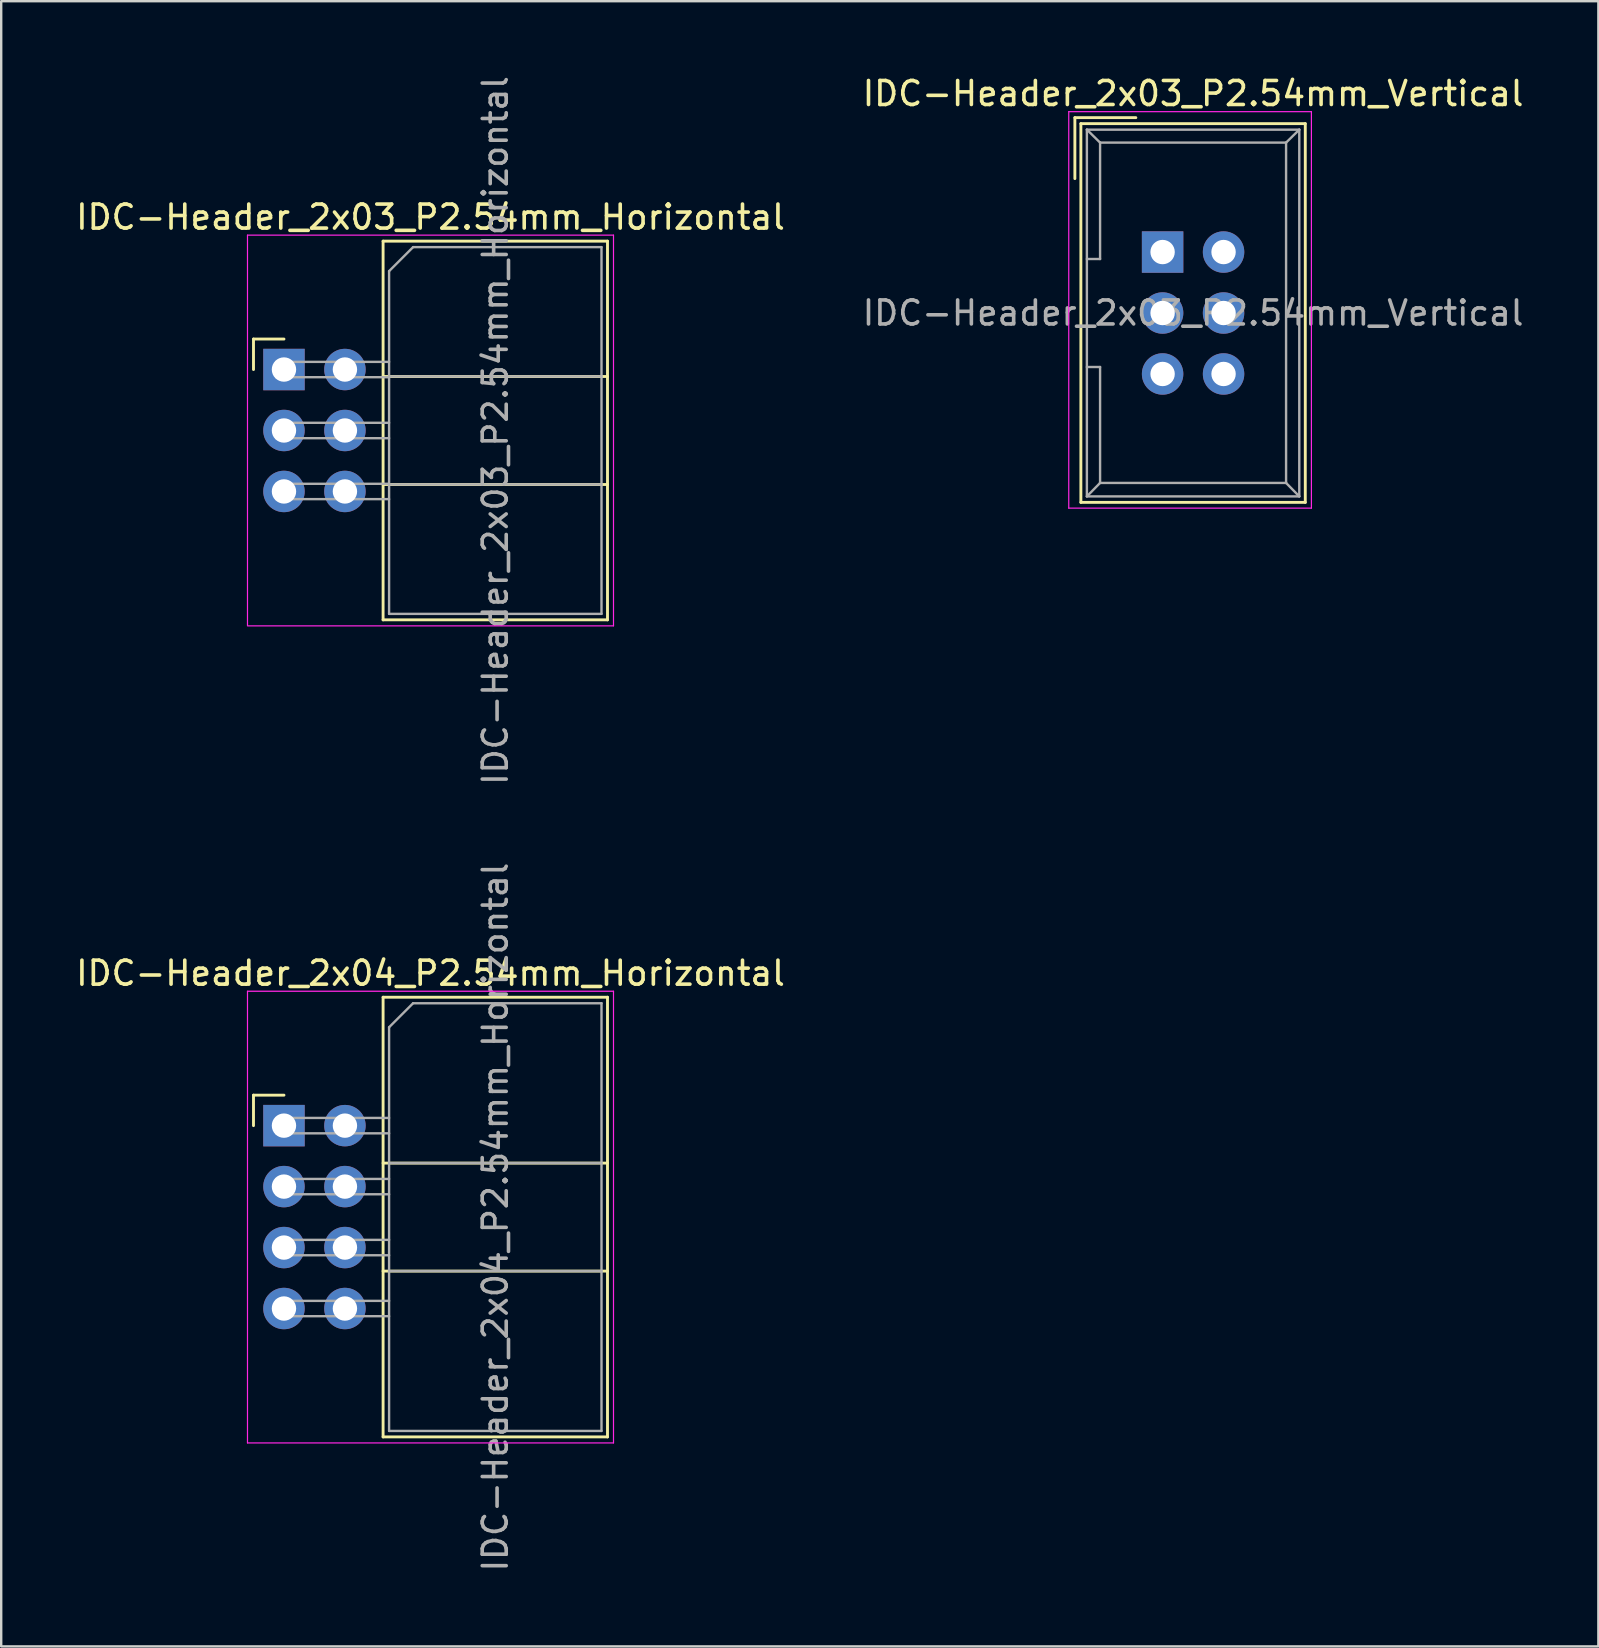
<source format=kicad_pcb>
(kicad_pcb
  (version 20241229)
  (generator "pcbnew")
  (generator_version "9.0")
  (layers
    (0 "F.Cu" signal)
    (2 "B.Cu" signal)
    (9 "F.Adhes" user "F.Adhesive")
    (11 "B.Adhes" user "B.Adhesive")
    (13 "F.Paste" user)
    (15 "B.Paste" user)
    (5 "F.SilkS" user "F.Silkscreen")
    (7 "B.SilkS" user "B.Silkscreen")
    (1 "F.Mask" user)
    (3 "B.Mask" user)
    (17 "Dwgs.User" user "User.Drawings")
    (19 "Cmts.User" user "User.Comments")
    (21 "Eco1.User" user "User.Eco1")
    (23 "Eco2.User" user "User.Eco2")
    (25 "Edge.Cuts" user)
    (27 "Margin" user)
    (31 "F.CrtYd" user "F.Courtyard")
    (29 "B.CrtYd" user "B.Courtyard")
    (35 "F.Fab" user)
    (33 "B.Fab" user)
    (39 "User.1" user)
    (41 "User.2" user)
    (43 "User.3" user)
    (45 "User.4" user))
  (footprint "IDC-Header_2x03_P2.54mm_Horizontal"
    (layer "F.Cu")
    (at 8.782 12.347)
    (property "Reference" "IDC-Header_2x03_P2.54mm_Horizontal" (at 6.105 -6.35 0) (layer "F.SilkS") (effects (font (size 1 1) (thickness 0.15))))
    (attr through_hole)
    (fp_line (start -1.27 -1.27) (end -1.27 0) (stroke (width 0.12) (type solid)) (layer "F.SilkS"))
    (fp_line (start 0 -1.27) (end -1.27 -1.27) (stroke (width 0.12) (type solid)) (layer "F.SilkS"))
    (fp_line (start 4.13 -5.35) (end 13.48 -5.35) (stroke (width 0.12) (type solid)) (layer "F.SilkS"))
    (fp_line (start 4.13 0.29) (end 13.48 0.29) (stroke (width 0.12) (type solid)) (layer "F.SilkS"))
    (fp_line (start 4.13 4.79) (end 13.48 4.79) (stroke (width 0.12) (type solid)) (layer "F.SilkS"))
    (fp_line (start 4.13 10.43) (end 4.13 -5.35) (stroke (width 0.12) (type solid)) (layer "F.SilkS"))
    (fp_line (start 4.13 10.43) (end 13.48 10.43) (stroke (width 0.12) (type solid)) (layer "F.SilkS"))
    (fp_line (start 13.48 -5.35) (end 13.48 10.43) (stroke (width 0.12) (type solid)) (layer "F.SilkS"))
    (fp_line (start -1.52 -5.6) (end 13.73 -5.6) (stroke (width 0.05) (type solid)) (layer "F.CrtYd"))
    (fp_line (start -1.52 10.66) (end -1.52 -5.6) (stroke (width 0.05) (type solid)) (layer "F.CrtYd"))
    (fp_line (start 13.73 -5.6) (end 13.73 10.68) (stroke (width 0.05) (type solid)) (layer "F.CrtYd"))
    (fp_line (start 13.73 10.68) (end -1.52 10.68) (stroke (width 0.05) (type solid)) (layer "F.CrtYd"))
    (fp_line (start -0.32 -0.32) (end -0.32 0.32) (stroke (width 0.1) (type solid)) (layer "F.Fab"))
    (fp_line (start -0.32 0.32) (end 4.38 0.32) (stroke (width 0.1) (type solid)) (layer "F.Fab"))
    (fp_line (start -0.32 2.22) (end -0.32 2.86) (stroke (width 0.1) (type solid)) (layer "F.Fab"))
    (fp_line (start -0.32 2.86) (end 4.38 2.86) (stroke (width 0.1) (type solid)) (layer "F.Fab"))
    (fp_line (start -0.32 4.76) (end -0.32 5.4) (stroke (width 0.1) (type solid)) (layer "F.Fab"))
    (fp_line (start -0.32 5.4) (end 4.38 5.4) (stroke (width 0.1) (type solid)) (layer "F.Fab"))
    (fp_line (start 4.38 -4.1) (end 5.38 -5.1) (stroke (width 0.1) (type solid)) (layer "F.Fab"))
    (fp_line (start 4.38 -0.32) (end -0.32 -0.32) (stroke (width 0.1) (type solid)) (layer "F.Fab"))
    (fp_line (start 4.38 0.29) (end 13.23 0.29) (stroke (width 0.1) (type solid)) (layer "F.Fab"))
    (fp_line (start 4.38 2.22) (end -0.32 2.22) (stroke (width 0.1) (type solid)) (layer "F.Fab"))
    (fp_line (start 4.38 4.76) (end -0.32 4.76) (stroke (width 0.1) (type solid)) (layer "F.Fab"))
    (fp_line (start 4.38 4.79) (end 13.23 4.79) (stroke (width 0.1) (type solid)) (layer "F.Fab"))
    (fp_line (start 4.38 10.18) (end 4.38 -4.1) (stroke (width 0.1) (type solid)) (layer "F.Fab"))
    (fp_line (start 4.38 10.18) (end 13.23 10.18) (stroke (width 0.1) (type solid)) (layer "F.Fab"))
    (fp_line (start 5.38 -5.1) (end 13.23 -5.1) (stroke (width 0.1) (type solid)) (layer "F.Fab"))
    (fp_line (start 13.23 10.18) (end 13.23 -5.1) (stroke (width 0.1) (type solid)) (layer "F.Fab"))
    (fp_text user "${REFERENCE}" (at 8.805 2.54 90) (layer "F.Fab") (effects (font (size 1 1) (thickness 0.15))))
    (pad "1" thru_hole rect (at 0 0) (size 1.727 1.727) (drill 1.016) (layers "*.Cu" "*.Mask"))
    (pad "2" thru_hole oval (at 2.54 0) (size 1.727 1.727) (drill 1.016) (layers "*.Cu" "*.Mask"))
    (pad "3" thru_hole oval (at 0 2.54) (size 1.727 1.727) (drill 1.016) (layers "*.Cu" "*.Mask"))
    (pad "4" thru_hole oval (at 2.54 2.54) (size 1.727 1.727) (drill 1.016) (layers "*.Cu" "*.Mask"))
    (pad "5" thru_hole oval (at 0 5.08) (size 1.727 1.727) (drill 1.016) (layers "*.Cu" "*.Mask"))
    (pad "6" thru_hole oval (at 2.54 5.08) (size 1.727 1.727) (drill 1.016) (layers "*.Cu" "*.Mask")))
  (footprint "IDC-Header_2x03_P2.54mm_Vertical"
    (layer "F.Cu")
    (at 45.391 7.452)
    (property "Reference" "IDC-Header_2x03_P2.54mm_Vertical" (at 1.27 -6.604 0) (layer "F.SilkS") (effects (font (size 1 1) (thickness 0.15))))
    (attr through_hole)
    (fp_line (start -3.655 -5.6) (end -3.655 -3.06) (stroke (width 0.12) (type solid)) (layer "F.SilkS"))
    (fp_line (start -3.655 -5.6) (end -1.115 -5.6) (stroke (width 0.12) (type solid)) (layer "F.SilkS"))
    (fp_line (start -3.405 -5.35) (end 5.945 -5.35) (stroke (width 0.12) (type solid)) (layer "F.SilkS"))
    (fp_line (start -3.405 10.43) (end -3.405 -5.35) (stroke (width 0.12) (type solid)) (layer "F.SilkS"))
    (fp_line (start 5.945 -5.35) (end 5.945 10.43) (stroke (width 0.12) (type solid)) (layer "F.SilkS"))
    (fp_line (start 5.945 10.43) (end -3.405 10.43) (stroke (width 0.12) (type solid)) (layer "F.SilkS"))
    (fp_line (start -3.91 -5.85) (end 6.2 -5.85) (stroke (width 0.05) (type solid)) (layer "F.CrtYd"))
    (fp_line (start -3.91 10.67) (end -3.91 -5.85) (stroke (width 0.05) (type solid)) (layer "F.CrtYd"))
    (fp_line (start 6.2 -5.85) (end 6.2 10.67) (stroke (width 0.05) (type solid)) (layer "F.CrtYd"))
    (fp_line (start 6.2 10.67) (end -3.91 10.67) (stroke (width 0.05) (type solid)) (layer "F.CrtYd"))
    (fp_line (start -3.155 -5.1) (end -3.155 10.18) (stroke (width 0.1) (type solid)) (layer "F.Fab"))
    (fp_line (start -3.155 -5.1) (end -2.605 -4.56) (stroke (width 0.1) (type solid)) (layer "F.Fab"))
    (fp_line (start -3.155 10.18) (end -2.605 9.62) (stroke (width 0.1) (type solid)) (layer "F.Fab"))
    (fp_line (start -2.605 -4.56) (end -2.605 0.29) (stroke (width 0.1) (type solid)) (layer "F.Fab"))
    (fp_line (start -2.605 0.29) (end -3.155 0.29) (stroke (width 0.1) (type solid)) (layer "F.Fab"))
    (fp_line (start -2.605 4.79) (end -3.155 4.79) (stroke (width 0.1) (type solid)) (layer "F.Fab"))
    (fp_line (start -2.605 4.79) (end -2.605 9.62) (stroke (width 0.1) (type solid)) (layer "F.Fab"))
    (fp_line (start 5.145 -4.56) (end -2.605 -4.56) (stroke (width 0.1) (type solid)) (layer "F.Fab"))
    (fp_line (start 5.145 -4.56) (end 5.145 9.62) (stroke (width 0.1) (type solid)) (layer "F.Fab"))
    (fp_line (start 5.145 9.62) (end -2.605 9.62) (stroke (width 0.1) (type solid)) (layer "F.Fab"))
    (fp_line (start 5.695 -5.1) (end -3.155 -5.1) (stroke (width 0.1) (type solid)) (layer "F.Fab"))
    (fp_line (start 5.695 -5.1) (end 5.145 -4.56) (stroke (width 0.1) (type solid)) (layer "F.Fab"))
    (fp_line (start 5.695 -5.1) (end 5.695 10.18) (stroke (width 0.1) (type solid)) (layer "F.Fab"))
    (fp_line (start 5.695 10.18) (end -3.155 10.18) (stroke (width 0.1) (type solid)) (layer "F.Fab"))
    (fp_line (start 5.695 10.18) (end 5.145 9.62) (stroke (width 0.1) (type solid)) (layer "F.Fab"))
    (fp_text user "${REFERENCE}" (at 1.27 2.54 0) (layer "F.Fab") (effects (font (size 1 1) (thickness 0.15))))
    (pad "1" thru_hole rect (at 0 0) (size 1.727 1.727) (drill 1.016) (layers "*.Cu" "*.Mask"))
    (pad "2" thru_hole oval (at 2.54 0) (size 1.727 1.727) (drill 1.016) (layers "*.Cu" "*.Mask"))
    (pad "3" thru_hole oval (at 0 2.54) (size 1.727 1.727) (drill 1.016) (layers "*.Cu" "*.Mask"))
    (pad "4" thru_hole oval (at 2.54 2.54) (size 1.727 1.727) (drill 1.016) (layers "*.Cu" "*.Mask"))
    (pad "5" thru_hole oval (at 0 5.08) (size 1.727 1.727) (drill 1.016) (layers "*.Cu" "*.Mask"))
    (pad "6" thru_hole oval (at 2.54 5.08) (size 1.727 1.727) (drill 1.016) (layers "*.Cu" "*.Mask")))
  (footprint "IDC-Header_2x04_P2.54mm_Horizontal"
    (layer "F.Cu")
    (at 8.782 43.851)
    (property "Reference" "IDC-Header_2x04_P2.54mm_Horizontal" (at 6.105 -6.35 0) (layer "F.SilkS") (effects (font (size 1 1) (thickness 0.15))))
    (attr through_hole)
    (fp_line (start -1.27 -1.27) (end -1.27 0) (stroke (width 0.12) (type solid)) (layer "F.SilkS"))
    (fp_line (start 0 -1.27) (end -1.27 -1.27) (stroke (width 0.12) (type solid)) (layer "F.SilkS"))
    (fp_line (start 4.13 -5.35) (end 13.48 -5.35) (stroke (width 0.12) (type solid)) (layer "F.SilkS"))
    (fp_line (start 4.13 1.56) (end 13.48 1.56) (stroke (width 0.12) (type solid)) (layer "F.SilkS"))
    (fp_line (start 4.13 6.06) (end 13.48 6.06) (stroke (width 0.12) (type solid)) (layer "F.SilkS"))
    (fp_line (start 4.13 12.97) (end 4.13 -5.35) (stroke (width 0.12) (type solid)) (layer "F.SilkS"))
    (fp_line (start 4.13 12.97) (end 13.48 12.97) (stroke (width 0.12) (type solid)) (layer "F.SilkS"))
    (fp_line (start 13.48 -5.35) (end 13.48 12.97) (stroke (width 0.12) (type solid)) (layer "F.SilkS"))
    (fp_line (start -1.52 -5.6) (end 13.73 -5.6) (stroke (width 0.05) (type solid)) (layer "F.CrtYd"))
    (fp_line (start -1.52 13.22) (end -1.52 -5.6) (stroke (width 0.05) (type solid)) (layer "F.CrtYd"))
    (fp_line (start 13.73 -5.6) (end 13.73 13.22) (stroke (width 0.05) (type solid)) (layer "F.CrtYd"))
    (fp_line (start 13.73 13.22) (end -1.52 13.22) (stroke (width 0.05) (type solid)) (layer "F.CrtYd"))
    (fp_line (start -0.32 -0.32) (end -0.32 0.32) (stroke (width 0.1) (type solid)) (layer "F.Fab"))
    (fp_line (start -0.32 0.32) (end 4.38 0.32) (stroke (width 0.1) (type solid)) (layer "F.Fab"))
    (fp_line (start -0.32 2.22) (end -0.32 2.86) (stroke (width 0.1) (type solid)) (layer "F.Fab"))
    (fp_line (start -0.32 2.86) (end 4.38 2.86) (stroke (width 0.1) (type solid)) (layer "F.Fab"))
    (fp_line (start -0.32 4.76) (end -0.32 5.4) (stroke (width 0.1) (type solid)) (layer "F.Fab"))
    (fp_line (start -0.32 5.4) (end 4.38 5.4) (stroke (width 0.1) (type solid)) (layer "F.Fab"))
    (fp_line (start -0.32 7.3) (end -0.32 7.94) (stroke (width 0.1) (type solid)) (layer "F.Fab"))
    (fp_line (start -0.32 7.94) (end 4.38 7.94) (stroke (width 0.1) (type solid)) (layer "F.Fab"))
    (fp_line (start 4.38 -4.1) (end 5.38 -5.1) (stroke (width 0.1) (type solid)) (layer "F.Fab"))
    (fp_line (start 4.38 -0.32) (end -0.32 -0.32) (stroke (width 0.1) (type solid)) (layer "F.Fab"))
    (fp_line (start 4.38 1.56) (end 13.23 1.56) (stroke (width 0.1) (type solid)) (layer "F.Fab"))
    (fp_line (start 4.38 2.22) (end -0.32 2.22) (stroke (width 0.1) (type solid)) (layer "F.Fab"))
    (fp_line (start 4.38 4.76) (end -0.32 4.76) (stroke (width 0.1) (type solid)) (layer "F.Fab"))
    (fp_line (start 4.38 6.06) (end 13.23 6.06) (stroke (width 0.1) (type solid)) (layer "F.Fab"))
    (fp_line (start 4.38 7.3) (end -0.32 7.3) (stroke (width 0.1) (type solid)) (layer "F.Fab"))
    (fp_line (start 4.38 12.72) (end 4.38 -4.1) (stroke (width 0.1) (type solid)) (layer "F.Fab"))
    (fp_line (start 4.38 12.72) (end 13.23 12.72) (stroke (width 0.1) (type solid)) (layer "F.Fab"))
    (fp_line (start 5.38 -5.1) (end 13.23 -5.1) (stroke (width 0.1) (type solid)) (layer "F.Fab"))
    (fp_line (start 13.23 12.72) (end 13.23 -5.1) (stroke (width 0.1) (type solid)) (layer "F.Fab"))
    (fp_text user "${REFERENCE}" (at 8.805 3.81 90) (layer "F.Fab") (effects (font (size 1 1) (thickness 0.15))))
    (pad "1" thru_hole rect (at 0 0) (size 1.727 1.727) (drill 1.016) (layers "*.Cu" "*.Mask"))
    (pad "2" thru_hole oval (at 2.54 0) (size 1.727 1.727) (drill 1.016) (layers "*.Cu" "*.Mask"))
    (pad "3" thru_hole oval (at 0 2.54) (size 1.727 1.727) (drill 1.016) (layers "*.Cu" "*.Mask"))
    (pad "4" thru_hole oval (at 2.54 2.54) (size 1.727 1.727) (drill 1.016) (layers "*.Cu" "*.Mask"))
    (pad "5" thru_hole oval (at 0 5.08) (size 1.727 1.727) (drill 1.016) (layers "*.Cu" "*.Mask"))
    (pad "6" thru_hole oval (at 2.54 5.08) (size 1.727 1.727) (drill 1.016) (layers "*.Cu" "*.Mask"))
    (pad "7" thru_hole oval (at 0 7.62) (size 1.727 1.727) (drill 1.016) (layers "*.Cu" "*.Mask"))
    (pad "8" thru_hole oval (at 2.54 7.62) (size 1.727 1.727) (drill 1.016) (layers "*.Cu" "*.Mask")))
  (gr_rect
    (start -3 -3)
    (end 63.548 65.548)
    (stroke (width 0.1) (type default))
    (fill no)
    (layer "Edge.Cuts")))
</source>
